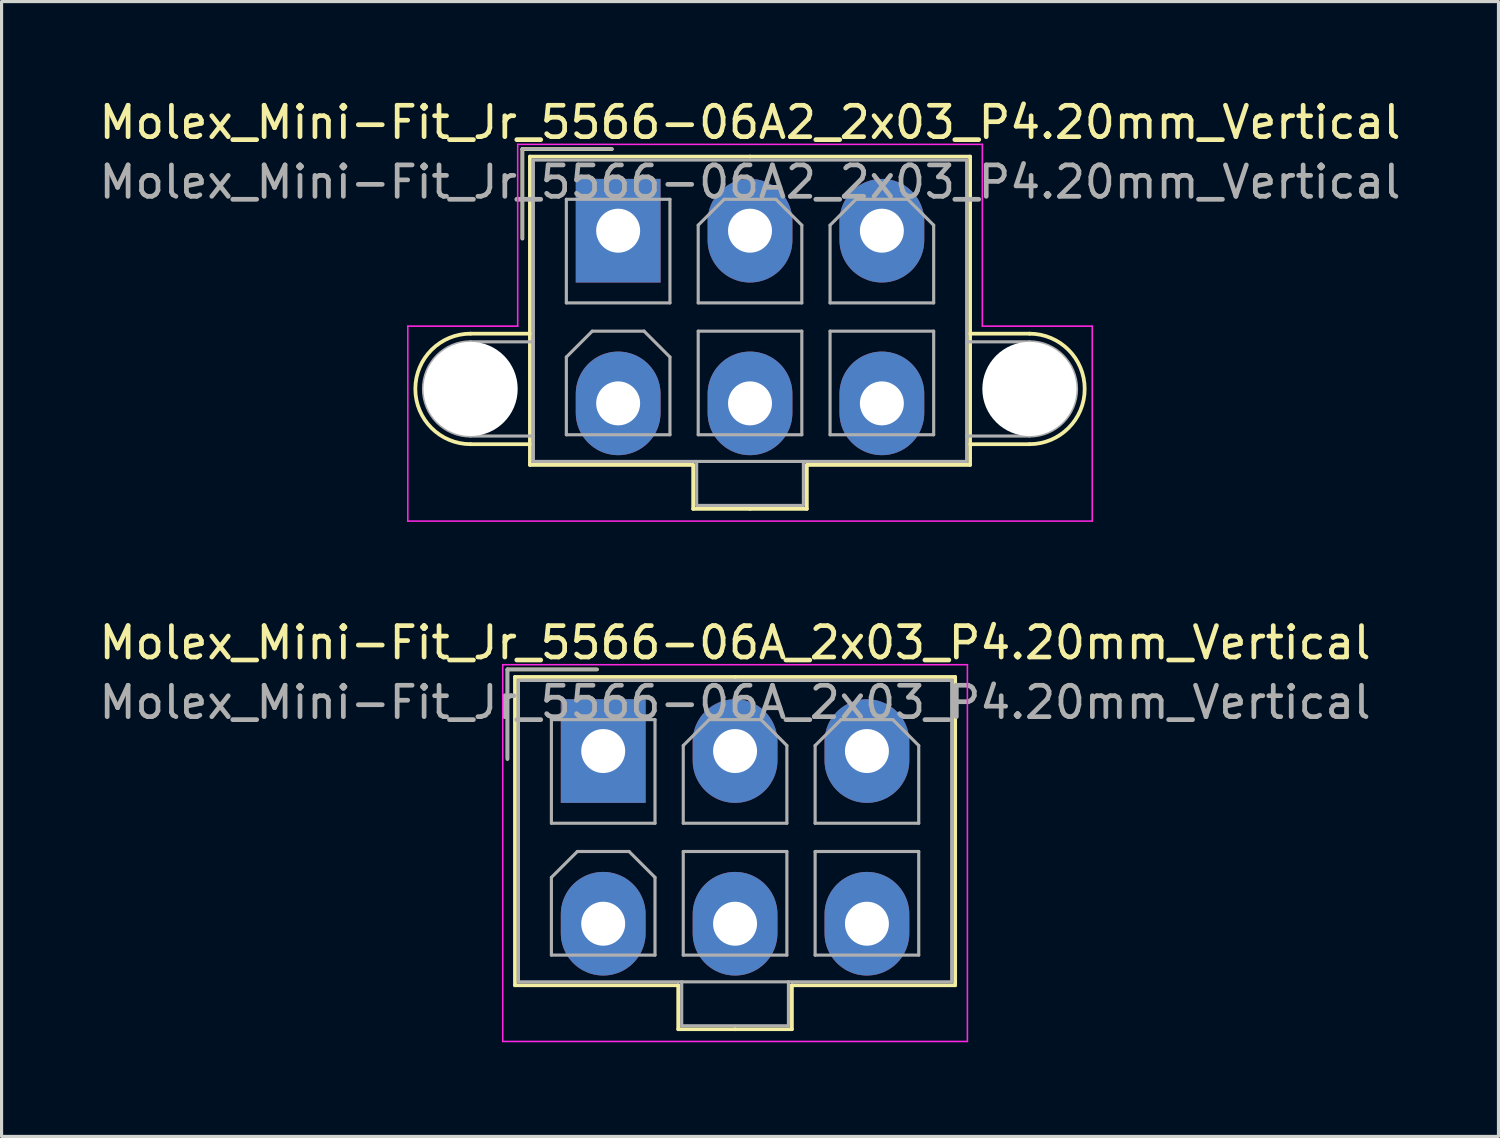
<source format=kicad_pcb>
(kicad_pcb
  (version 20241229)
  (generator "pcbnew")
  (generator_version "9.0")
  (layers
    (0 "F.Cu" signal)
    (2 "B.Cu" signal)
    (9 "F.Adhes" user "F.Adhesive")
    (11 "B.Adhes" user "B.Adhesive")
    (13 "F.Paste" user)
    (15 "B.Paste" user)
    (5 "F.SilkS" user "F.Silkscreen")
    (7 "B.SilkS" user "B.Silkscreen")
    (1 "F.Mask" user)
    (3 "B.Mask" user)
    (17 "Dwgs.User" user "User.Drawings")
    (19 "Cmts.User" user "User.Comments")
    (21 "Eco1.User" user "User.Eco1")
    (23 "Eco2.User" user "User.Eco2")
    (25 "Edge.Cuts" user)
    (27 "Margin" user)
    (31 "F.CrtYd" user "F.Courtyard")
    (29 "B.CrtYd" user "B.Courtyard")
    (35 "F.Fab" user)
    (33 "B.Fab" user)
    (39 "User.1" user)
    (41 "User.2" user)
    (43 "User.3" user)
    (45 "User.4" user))
  (footprint "Molex_Mini-Fit_Jr_5566-06A_2x03_P4.20mm_Vertical"
    (layer "F.Cu")
    (at 16.163 20.872)
    (property "Reference" "Molex_Mini-Fit_Jr_5566-06A_2x03_P4.20mm_Vertical" (at 4.2 -3.45 0) (layer "F.SilkS") (effects (font (size 1 1) (thickness 0.15))))
    (attr through_hole)
    (fp_line (start -3.05 -2.6) (end -3.05 0.25) (stroke (width 0.12) (type solid)) (layer "F.SilkS"))
    (fp_line (start -2.81 -2.36) (end -2.81 7.46) (stroke (width 0.12) (type solid)) (layer "F.SilkS"))
    (fp_line (start -2.81 7.46) (end 2.39 7.46) (stroke (width 0.12) (type solid)) (layer "F.SilkS"))
    (fp_line (start -0.2 -2.6) (end -3.05 -2.6) (stroke (width 0.12) (type solid)) (layer "F.SilkS"))
    (fp_line (start 2.39 7.46) (end 2.39 8.86) (stroke (width 0.12) (type solid)) (layer "F.SilkS"))
    (fp_line (start 2.39 8.86) (end 4.2 8.86) (stroke (width 0.12) (type solid)) (layer "F.SilkS"))
    (fp_line (start 4.2 -2.36) (end -2.81 -2.36) (stroke (width 0.12) (type solid)) (layer "F.SilkS"))
    (fp_line (start 4.2 -2.36) (end 11.21 -2.36) (stroke (width 0.12) (type solid)) (layer "F.SilkS"))
    (fp_line (start 6.01 7.46) (end 6.01 8.86) (stroke (width 0.12) (type solid)) (layer "F.SilkS"))
    (fp_line (start 6.01 8.86) (end 4.2 8.86) (stroke (width 0.12) (type solid)) (layer "F.SilkS"))
    (fp_line (start 11.21 -2.36) (end 11.21 7.46) (stroke (width 0.12) (type solid)) (layer "F.SilkS"))
    (fp_line (start 11.21 7.46) (end 6.01 7.46) (stroke (width 0.12) (type solid)) (layer "F.SilkS"))
    (fp_line (start -3.2 -2.75) (end -3.2 9.25) (stroke (width 0.05) (type solid)) (layer "F.CrtYd"))
    (fp_line (start -3.2 9.25) (end 11.6 9.25) (stroke (width 0.05) (type solid)) (layer "F.CrtYd"))
    (fp_line (start 11.6 -2.75) (end -3.2 -2.75) (stroke (width 0.05) (type solid)) (layer "F.CrtYd"))
    (fp_line (start 11.6 9.25) (end 11.6 -2.75) (stroke (width 0.05) (type solid)) (layer "F.CrtYd"))
    (fp_line (start -3.05 -2.6) (end -3.05 0.25) (stroke (width 0.1) (type solid)) (layer "F.Fab"))
    (fp_line (start -2.7 -2.25) (end -2.7 7.35) (stroke (width 0.1) (type solid)) (layer "F.Fab"))
    (fp_line (start -2.7 7.35) (end 11.1 7.35) (stroke (width 0.1) (type solid)) (layer "F.Fab"))
    (fp_line (start -1.65 -1) (end -1.65 2.3) (stroke (width 0.1) (type solid)) (layer "F.Fab"))
    (fp_line (start -1.65 2.3) (end 1.65 2.3) (stroke (width 0.1) (type solid)) (layer "F.Fab"))
    (fp_line (start -1.65 4.025) (end -0.825 3.2) (stroke (width 0.1) (type solid)) (layer "F.Fab"))
    (fp_line (start -1.65 6.5) (end -1.65 4.025) (stroke (width 0.1) (type solid)) (layer "F.Fab"))
    (fp_line (start -0.825 3.2) (end 0.825 3.2) (stroke (width 0.1) (type solid)) (layer "F.Fab"))
    (fp_line (start -0.2 -2.6) (end -3.05 -2.6) (stroke (width 0.1) (type solid)) (layer "F.Fab"))
    (fp_line (start 0.825 3.2) (end 1.65 4.025) (stroke (width 0.1) (type solid)) (layer "F.Fab"))
    (fp_line (start 1.65 -1) (end -1.65 -1) (stroke (width 0.1) (type solid)) (layer "F.Fab"))
    (fp_line (start 1.65 2.3) (end 1.65 -1) (stroke (width 0.1) (type solid)) (layer "F.Fab"))
    (fp_line (start 1.65 4.025) (end 1.65 6.5) (stroke (width 0.1) (type solid)) (layer "F.Fab"))
    (fp_line (start 1.65 6.5) (end -1.65 6.5) (stroke (width 0.1) (type solid)) (layer "F.Fab"))
    (fp_line (start 2.5 7.35) (end 2.5 8.75) (stroke (width 0.1) (type solid)) (layer "F.Fab"))
    (fp_line (start 2.5 8.75) (end 5.9 8.75) (stroke (width 0.1) (type solid)) (layer "F.Fab"))
    (fp_line (start 2.55 -0.175) (end 3.375 -1) (stroke (width 0.1) (type solid)) (layer "F.Fab"))
    (fp_line (start 2.55 2.3) (end 2.55 -0.175) (stroke (width 0.1) (type solid)) (layer "F.Fab"))
    (fp_line (start 2.55 3.2) (end 2.55 6.5) (stroke (width 0.1) (type solid)) (layer "F.Fab"))
    (fp_line (start 2.55 6.5) (end 5.85 6.5) (stroke (width 0.1) (type solid)) (layer "F.Fab"))
    (fp_line (start 3.375 -1) (end 5.025 -1) (stroke (width 0.1) (type solid)) (layer "F.Fab"))
    (fp_line (start 5.025 -1) (end 5.85 -0.175) (stroke (width 0.1) (type solid)) (layer "F.Fab"))
    (fp_line (start 5.85 -0.175) (end 5.85 2.3) (stroke (width 0.1) (type solid)) (layer "F.Fab"))
    (fp_line (start 5.85 2.3) (end 2.55 2.3) (stroke (width 0.1) (type solid)) (layer "F.Fab"))
    (fp_line (start 5.85 3.2) (end 2.55 3.2) (stroke (width 0.1) (type solid)) (layer "F.Fab"))
    (fp_line (start 5.85 6.5) (end 5.85 3.2) (stroke (width 0.1) (type solid)) (layer "F.Fab"))
    (fp_line (start 5.9 8.75) (end 5.9 7.35) (stroke (width 0.1) (type solid)) (layer "F.Fab"))
    (fp_line (start 6.75 -0.175) (end 7.575 -1) (stroke (width 0.1) (type solid)) (layer "F.Fab"))
    (fp_line (start 6.75 2.3) (end 6.75 -0.175) (stroke (width 0.1) (type solid)) (layer "F.Fab"))
    (fp_line (start 6.75 3.2) (end 6.75 6.5) (stroke (width 0.1) (type solid)) (layer "F.Fab"))
    (fp_line (start 6.75 6.5) (end 10.05 6.5) (stroke (width 0.1) (type solid)) (layer "F.Fab"))
    (fp_line (start 7.575 -1) (end 9.225 -1) (stroke (width 0.1) (type solid)) (layer "F.Fab"))
    (fp_line (start 9.225 -1) (end 10.05 -0.175) (stroke (width 0.1) (type solid)) (layer "F.Fab"))
    (fp_line (start 10.05 -0.175) (end 10.05 2.3) (stroke (width 0.1) (type solid)) (layer "F.Fab"))
    (fp_line (start 10.05 2.3) (end 6.75 2.3) (stroke (width 0.1) (type solid)) (layer "F.Fab"))
    (fp_line (start 10.05 3.2) (end 6.75 3.2) (stroke (width 0.1) (type solid)) (layer "F.Fab"))
    (fp_line (start 10.05 6.5) (end 10.05 3.2) (stroke (width 0.1) (type solid)) (layer "F.Fab"))
    (fp_line (start 11.1 -2.25) (end -2.7 -2.25) (stroke (width 0.1) (type solid)) (layer "F.Fab"))
    (fp_line (start 11.1 7.35) (end 11.1 -2.25) (stroke (width 0.1) (type solid)) (layer "F.Fab"))
    (fp_text user "${REFERENCE}" (at 4.2 -1.55 0) (layer "F.Fab") (effects (font (size 1 1) (thickness 0.15))))
    (pad "1" thru_hole rect (at 0 0) (size 2.7 3.3) (drill 1.4) (layers "*.Cu" "*.Mask"))
    (pad "2" thru_hole oval (at 4.2 0) (size 2.7 3.3) (drill 1.4) (layers "*.Cu" "*.Mask"))
    (pad "3" thru_hole oval (at 8.4 0) (size 2.7 3.3) (drill 1.4) (layers "*.Cu" "*.Mask"))
    (pad "4" thru_hole oval (at 0 5.5) (size 2.7 3.3) (drill 1.4) (layers "*.Cu" "*.Mask"))
    (pad "5" thru_hole oval (at 4.2 5.5) (size 2.7 3.3) (drill 1.4) (layers "*.Cu" "*.Mask"))
    (pad "6" thru_hole oval (at 8.4 5.5) (size 2.7 3.3) (drill 1.4) (layers "*.Cu" "*.Mask")))
  (footprint "Molex_Mini-Fit_Jr_5566-06A2_2x03_P4.20mm_Vertical"
    (layer "F.Cu")
    (at 16.639 4.298)
    (property "Reference" "Molex_Mini-Fit_Jr_5566-06A2_2x03_P4.20mm_Vertical" (at 4.2 -3.45 0) (layer "F.SilkS") (effects (font (size 1 1) (thickness 0.15))))
    (attr through_hole)
    (fp_line (start -4.7 3.28) (end -2.81 3.28) (stroke (width 0.12) (type solid)) (layer "F.SilkS"))
    (fp_line (start -4.7 6.8) (end -2.81 6.8) (stroke (width 0.12) (type solid)) (layer "F.SilkS"))
    (fp_line (start -3.05 -2.6) (end -3.05 0.25) (stroke (width 0.12) (type solid)) (layer "F.SilkS"))
    (fp_line (start -2.81 -2.36) (end -2.81 7.46) (stroke (width 0.12) (type solid)) (layer "F.SilkS"))
    (fp_line (start -2.81 7.46) (end 2.39 7.46) (stroke (width 0.12) (type solid)) (layer "F.SilkS"))
    (fp_line (start -0.2 -2.6) (end -3.05 -2.6) (stroke (width 0.12) (type solid)) (layer "F.SilkS"))
    (fp_line (start 2.39 7.46) (end 2.39 8.86) (stroke (width 0.12) (type solid)) (layer "F.SilkS"))
    (fp_line (start 2.39 8.86) (end 4.2 8.86) (stroke (width 0.12) (type solid)) (layer "F.SilkS"))
    (fp_line (start 4.2 -2.36) (end -2.81 -2.36) (stroke (width 0.12) (type solid)) (layer "F.SilkS"))
    (fp_line (start 4.2 -2.36) (end 11.21 -2.36) (stroke (width 0.12) (type solid)) (layer "F.SilkS"))
    (fp_line (start 6.01 7.46) (end 6.01 8.86) (stroke (width 0.12) (type solid)) (layer "F.SilkS"))
    (fp_line (start 6.01 8.86) (end 4.2 8.86) (stroke (width 0.12) (type solid)) (layer "F.SilkS"))
    (fp_line (start 11.21 -2.36) (end 11.21 7.46) (stroke (width 0.12) (type solid)) (layer "F.SilkS"))
    (fp_line (start 11.21 7.46) (end 6.01 7.46) (stroke (width 0.12) (type solid)) (layer "F.SilkS"))
    (fp_line (start 13.1 3.28) (end 11.21 3.28) (stroke (width 0.12) (type solid)) (layer "F.SilkS"))
    (fp_line (start 13.1 6.8) (end 11.21 6.8) (stroke (width 0.12) (type solid)) (layer "F.SilkS"))
    (fp_arc (start -4.7 6.8) (mid -6.46 5.04) (end -4.7 3.28) (stroke (width 0.12) (type solid)) (layer "F.SilkS"))
    (fp_arc (start 13.1 3.28) (mid 14.86 5.04) (end 13.1 6.8) (stroke (width 0.12) (type solid)) (layer "F.SilkS"))
    (fp_line (start -6.7 3.04) (end -6.7 9.25) (stroke (width 0.05) (type solid)) (layer "F.CrtYd"))
    (fp_line (start -6.7 9.25) (end 15.1 9.25) (stroke (width 0.05) (type solid)) (layer "F.CrtYd"))
    (fp_line (start -3.2 -2.75) (end -3.2 3.04) (stroke (width 0.05) (type solid)) (layer "F.CrtYd"))
    (fp_line (start -3.2 3.04) (end -6.7 3.04) (stroke (width 0.05) (type solid)) (layer "F.CrtYd"))
    (fp_line (start 11.6 -2.75) (end -3.2 -2.75) (stroke (width 0.05) (type solid)) (layer "F.CrtYd"))
    (fp_line (start 11.6 3.04) (end 11.6 -2.75) (stroke (width 0.05) (type solid)) (layer "F.CrtYd"))
    (fp_line (start 15.1 3.04) (end 11.6 3.04) (stroke (width 0.05) (type solid)) (layer "F.CrtYd"))
    (fp_line (start 15.1 9.25) (end 15.1 3.04) (stroke (width 0.05) (type solid)) (layer "F.CrtYd"))
    (fp_line (start -4.7 3.54) (end -2.7 3.54) (stroke (width 0.1) (type solid)) (layer "F.Fab"))
    (fp_line (start -4.7 6.54) (end -2.7 6.54) (stroke (width 0.1) (type solid)) (layer "F.Fab"))
    (fp_line (start -3.05 -2.6) (end -3.05 0.25) (stroke (width 0.1) (type solid)) (layer "F.Fab"))
    (fp_line (start -2.7 -2.25) (end -2.7 7.35) (stroke (width 0.1) (type solid)) (layer "F.Fab"))
    (fp_line (start -2.7 7.35) (end 11.1 7.35) (stroke (width 0.1) (type solid)) (layer "F.Fab"))
    (fp_line (start -1.65 -1) (end -1.65 2.3) (stroke (width 0.1) (type solid)) (layer "F.Fab"))
    (fp_line (start -1.65 2.3) (end 1.65 2.3) (stroke (width 0.1) (type solid)) (layer "F.Fab"))
    (fp_line (start -1.65 4.025) (end -0.825 3.2) (stroke (width 0.1) (type solid)) (layer "F.Fab"))
    (fp_line (start -1.65 6.5) (end -1.65 4.025) (stroke (width 0.1) (type solid)) (layer "F.Fab"))
    (fp_line (start -0.825 3.2) (end 0.825 3.2) (stroke (width 0.1) (type solid)) (layer "F.Fab"))
    (fp_line (start -0.2 -2.6) (end -3.05 -2.6) (stroke (width 0.1) (type solid)) (layer "F.Fab"))
    (fp_line (start 0.825 3.2) (end 1.65 4.025) (stroke (width 0.1) (type solid)) (layer "F.Fab"))
    (fp_line (start 1.65 -1) (end -1.65 -1) (stroke (width 0.1) (type solid)) (layer "F.Fab"))
    (fp_line (start 1.65 2.3) (end 1.65 -1) (stroke (width 0.1) (type solid)) (layer "F.Fab"))
    (fp_line (start 1.65 4.025) (end 1.65 6.5) (stroke (width 0.1) (type solid)) (layer "F.Fab"))
    (fp_line (start 1.65 6.5) (end -1.65 6.5) (stroke (width 0.1) (type solid)) (layer "F.Fab"))
    (fp_line (start 2.5 7.35) (end 2.5 8.75) (stroke (width 0.1) (type solid)) (layer "F.Fab"))
    (fp_line (start 2.5 8.75) (end 5.9 8.75) (stroke (width 0.1) (type solid)) (layer "F.Fab"))
    (fp_line (start 2.55 -0.175) (end 3.375 -1) (stroke (width 0.1) (type solid)) (layer "F.Fab"))
    (fp_line (start 2.55 2.3) (end 2.55 -0.175) (stroke (width 0.1) (type solid)) (layer "F.Fab"))
    (fp_line (start 2.55 3.2) (end 2.55 6.5) (stroke (width 0.1) (type solid)) (layer "F.Fab"))
    (fp_line (start 2.55 6.5) (end 5.85 6.5) (stroke (width 0.1) (type solid)) (layer "F.Fab"))
    (fp_line (start 3.375 -1) (end 5.025 -1) (stroke (width 0.1) (type solid)) (layer "F.Fab"))
    (fp_line (start 5.025 -1) (end 5.85 -0.175) (stroke (width 0.1) (type solid)) (layer "F.Fab"))
    (fp_line (start 5.85 -0.175) (end 5.85 2.3) (stroke (width 0.1) (type solid)) (layer "F.Fab"))
    (fp_line (start 5.85 2.3) (end 2.55 2.3) (stroke (width 0.1) (type solid)) (layer "F.Fab"))
    (fp_line (start 5.85 3.2) (end 2.55 3.2) (stroke (width 0.1) (type solid)) (layer "F.Fab"))
    (fp_line (start 5.85 6.5) (end 5.85 3.2) (stroke (width 0.1) (type solid)) (layer "F.Fab"))
    (fp_line (start 5.9 8.75) (end 5.9 7.35) (stroke (width 0.1) (type solid)) (layer "F.Fab"))
    (fp_line (start 6.75 -0.175) (end 7.575 -1) (stroke (width 0.1) (type solid)) (layer "F.Fab"))
    (fp_line (start 6.75 2.3) (end 6.75 -0.175) (stroke (width 0.1) (type solid)) (layer "F.Fab"))
    (fp_line (start 6.75 3.2) (end 6.75 6.5) (stroke (width 0.1) (type solid)) (layer "F.Fab"))
    (fp_line (start 6.75 6.5) (end 10.05 6.5) (stroke (width 0.1) (type solid)) (layer "F.Fab"))
    (fp_line (start 7.575 -1) (end 9.225 -1) (stroke (width 0.1) (type solid)) (layer "F.Fab"))
    (fp_line (start 9.225 -1) (end 10.05 -0.175) (stroke (width 0.1) (type solid)) (layer "F.Fab"))
    (fp_line (start 10.05 -0.175) (end 10.05 2.3) (stroke (width 0.1) (type solid)) (layer "F.Fab"))
    (fp_line (start 10.05 2.3) (end 6.75 2.3) (stroke (width 0.1) (type solid)) (layer "F.Fab"))
    (fp_line (start 10.05 3.2) (end 6.75 3.2) (stroke (width 0.1) (type solid)) (layer "F.Fab"))
    (fp_line (start 10.05 6.5) (end 10.05 3.2) (stroke (width 0.1) (type solid)) (layer "F.Fab"))
    (fp_line (start 11.1 -2.25) (end -2.7 -2.25) (stroke (width 0.1) (type solid)) (layer "F.Fab"))
    (fp_line (start 11.1 7.35) (end 11.1 -2.25) (stroke (width 0.1) (type solid)) (layer "F.Fab"))
    (fp_line (start 13.1 3.54) (end 11.1 3.54) (stroke (width 0.1) (type solid)) (layer "F.Fab"))
    (fp_line (start 13.1 6.54) (end 11.1 6.54) (stroke (width 0.1) (type solid)) (layer "F.Fab"))
    (fp_arc (start -4.7 6.54) (mid -6.2 5.04) (end -4.7 3.54) (stroke (width 0.1) (type solid)) (layer "F.Fab"))
    (fp_arc (start 13.1 3.54) (mid 14.6 5.04) (end 13.1 6.54) (stroke (width 0.1) (type solid)) (layer "F.Fab"))
    (fp_text user "${REFERENCE}" (at 4.2 -1.55 0) (layer "F.Fab") (effects (font (size 1 1) (thickness 0.15))))
    (pad "" np_thru_hole circle (at -4.7 5.04) (size 3 3) (drill 3) (layers "*.Cu" "*.Mask"))
    (pad "" np_thru_hole circle (at 13.1 5.04) (size 3 3) (drill 3) (layers "*.Cu" "*.Mask"))
    (pad "1" thru_hole rect (at 0 0) (size 2.7 3.3) (drill 1.4) (layers "*.Cu" "*.Mask"))
    (pad "2" thru_hole oval (at 4.2 0) (size 2.7 3.3) (drill 1.4) (layers "*.Cu" "*.Mask"))
    (pad "3" thru_hole oval (at 8.4 0) (size 2.7 3.3) (drill 1.4) (layers "*.Cu" "*.Mask"))
    (pad "4" thru_hole oval (at 0 5.5) (size 2.7 3.3) (drill 1.4) (layers "*.Cu" "*.Mask"))
    (pad "5" thru_hole oval (at 4.2 5.5) (size 2.7 3.3) (drill 1.4) (layers "*.Cu" "*.Mask"))
    (pad "6" thru_hole oval (at 8.4 5.5) (size 2.7 3.3) (drill 1.4) (layers "*.Cu" "*.Mask")))
  (gr_rect
    (start -3 -3)
    (end 44.679 33.147)
    (stroke (width 0.1) (type default))
    (fill no)
    (layer "Edge.Cuts")))
</source>
